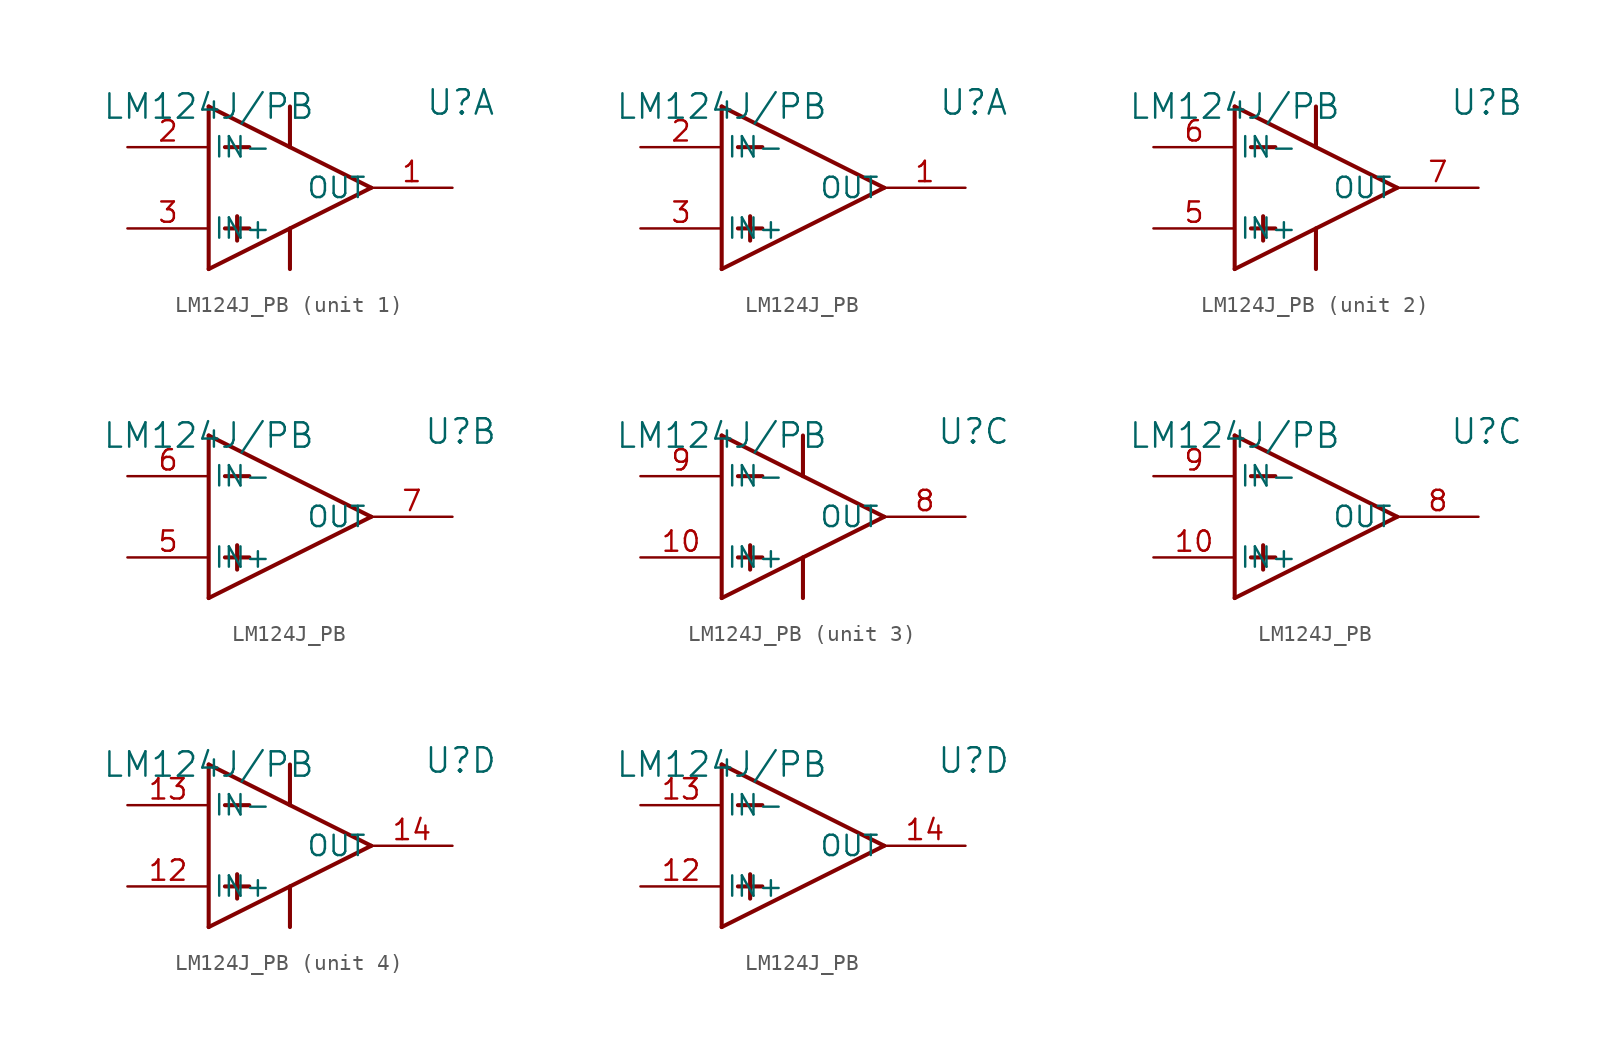
<source format=kicad_sym>
(kicad_symbol_lib
  (version 20211014)
  (generator kicad_symbol_editor)
  (symbol "LM124J_PB"
    (pin_names
      (offset 0.254))
    (property "Reference" "U"
      (at 15.748 0.254 0)
      (effects (font (size 1.524 1.524))))
    (property "Value" "LM124J/PB"
      (at 0 0 0)
      (effects (font (size 1.524 1.524))))
    (symbol "LM124J_PB_1_1"
      (polyline (pts (xy 0 0) (xy 10.16 -5.08)) (stroke (width 0.254) (type default) (color 0 0 0 0)) (fill (type none)))
      (polyline (pts (xy 0 -10.16) (xy 10.16 -5.08)) (stroke (width 0.254) (type default) (color 0 0 0 0)) (fill (type none)))
      (polyline (pts (xy 0 0) (xy 0 -10.16)) (stroke (width 0.254) (type default) (color 0 0 0 0)) (fill (type none)))
      (polyline (pts (xy 1.016 -2.54) (xy 2.54 -2.54)) (stroke (width 0.254) (type default) (color 0 0 0 0)) (fill (type none)))
      (polyline (pts (xy 1.016 -7.62) (xy 2.54 -7.62)) (stroke (width 0.254) (type default) (color 0 0 0 0)) (fill (type none)))
      (polyline (pts (xy 1.778 -6.858) (xy 1.778 -8.382)) (stroke (width 0.254) (type default) (color 0 0 0 0)) (fill (type none)))
      (polyline (pts (xy 5.08 0) (xy 5.08 -2.54)) (stroke (width 0.254) (type default) (color 0 0 0 0)) (fill (type none)))
      (polyline (pts (xy 5.08 -7.62) (xy 5.08 -10.16)) (stroke (width 0.254) (type default) (color 0 0 0 0)) (fill (type none)))
      (pin input line (at -5.08 -2.54 0) (length 5.08) (name "IN-" (effects (font (size 1.27 1.27)))) (number "2" (effects (font (size 1.27 1.27)))))
      (pin input line (at -5.08 -7.62 0) (length 5.08) (name "IN+" (effects (font (size 1.27 1.27)))) (number "3" (effects (font (size 1.27 1.27)))))
      (pin output line (at 15.24 -5.08 180) (length 5.08) (name "OUT" (effects (font (size 1.27 1.27)))) (number "1" (effects (font (size 1.27 1.27))))))
    (symbol "LM124J_PB_1_2"
      (polyline (pts (xy 0 0) (xy 10.16 -5.08)) (stroke (width 0.254) (type default) (color 0 0 0 0)) (fill (type none)))
      (polyline (pts (xy 0 -10.16) (xy 10.16 -5.08)) (stroke (width 0.254) (type default) (color 0 0 0 0)) (fill (type none)))
      (polyline (pts (xy 0 0) (xy 0 -10.16)) (stroke (width 0.254) (type default) (color 0 0 0 0)) (fill (type none)))
      (polyline (pts (xy 1.016 -2.54) (xy 2.54 -2.54)) (stroke (width 0.254) (type default) (color 0 0 0 0)) (fill (type none)))
      (polyline (pts (xy 1.016 -7.62) (xy 2.54 -7.62)) (stroke (width 0.254) (type default) (color 0 0 0 0)) (fill (type none)))
      (polyline (pts (xy 1.778 -6.858) (xy 1.778 -8.382)) (stroke (width 0.254) (type default) (color 0 0 0 0)) (fill (type none)))
      (pin input line (at -5.08 -2.54 0) (length 5.08) (name "IN-" (effects (font (size 1.27 1.27)))) (number "2" (effects (font (size 1.27 1.27)))))
      (pin input line (at -5.08 -7.62 0) (length 5.08) (name "IN+" (effects (font (size 1.27 1.27)))) (number "3" (effects (font (size 1.27 1.27)))))
      (pin output line (at 15.24 -5.08 180) (length 5.08) (name "OUT" (effects (font (size 1.27 1.27)))) (number "1" (effects (font (size 1.27 1.27))))))
    (symbol "LM124J_PB_2_1"
      (polyline (pts (xy 0 0) (xy 10.16 -5.08)) (stroke (width 0.254) (type default) (color 0 0 0 0)) (fill (type none)))
      (polyline (pts (xy 0 -10.16) (xy 10.16 -5.08)) (stroke (width 0.254) (type default) (color 0 0 0 0)) (fill (type none)))
      (polyline (pts (xy 0 0) (xy 0 -10.16)) (stroke (width 0.254) (type default) (color 0 0 0 0)) (fill (type none)))
      (polyline (pts (xy 1.016 -2.54) (xy 2.54 -2.54)) (stroke (width 0.254) (type default) (color 0 0 0 0)) (fill (type none)))
      (polyline (pts (xy 1.016 -7.62) (xy 2.54 -7.62)) (stroke (width 0.254) (type default) (color 0 0 0 0)) (fill (type none)))
      (polyline (pts (xy 1.778 -6.858) (xy 1.778 -8.382)) (stroke (width 0.254) (type default) (color 0 0 0 0)) (fill (type none)))
      (polyline (pts (xy 5.08 0) (xy 5.08 -2.54)) (stroke (width 0.254) (type default) (color 0 0 0 0)) (fill (type none)))
      (polyline (pts (xy 5.08 -7.62) (xy 5.08 -10.16)) (stroke (width 0.254) (type default) (color 0 0 0 0)) (fill (type none)))
      (pin input line (at -5.08 -7.62 0) (length 5.08) (name "IN+" (effects (font (size 1.27 1.27)))) (number "5" (effects (font (size 1.27 1.27)))))
      (pin input line (at -5.08 -2.54 0) (length 5.08) (name "IN-" (effects (font (size 1.27 1.27)))) (number "6" (effects (font (size 1.27 1.27)))))
      (pin output line (at 15.24 -5.08 180) (length 5.08) (name "OUT" (effects (font (size 1.27 1.27)))) (number "7" (effects (font (size 1.27 1.27))))))
    (symbol "LM124J_PB_2_2"
      (polyline (pts (xy 0 0) (xy 10.16 -5.08)) (stroke (width 0.254) (type default) (color 0 0 0 0)) (fill (type none)))
      (polyline (pts (xy 0 -10.16) (xy 10.16 -5.08)) (stroke (width 0.254) (type default) (color 0 0 0 0)) (fill (type none)))
      (polyline (pts (xy 0 0) (xy 0 -10.16)) (stroke (width 0.254) (type default) (color 0 0 0 0)) (fill (type none)))
      (polyline (pts (xy 1.016 -2.54) (xy 2.54 -2.54)) (stroke (width 0.254) (type default) (color 0 0 0 0)) (fill (type none)))
      (polyline (pts (xy 1.016 -7.62) (xy 2.54 -7.62)) (stroke (width 0.254) (type default) (color 0 0 0 0)) (fill (type none)))
      (polyline (pts (xy 1.778 -6.858) (xy 1.778 -8.382)) (stroke (width 0.254) (type default) (color 0 0 0 0)) (fill (type none)))
      (pin input line (at -5.08 -7.62 0) (length 5.08) (name "IN+" (effects (font (size 1.27 1.27)))) (number "5" (effects (font (size 1.27 1.27)))))
      (pin input line (at -5.08 -2.54 0) (length 5.08) (name "IN-" (effects (font (size 1.27 1.27)))) (number "6" (effects (font (size 1.27 1.27)))))
      (pin output line (at 15.24 -5.08 180) (length 5.08) (name "OUT" (effects (font (size 1.27 1.27)))) (number "7" (effects (font (size 1.27 1.27))))))
    (symbol "LM124J_PB_3_1"
      (polyline (pts (xy 0 0) (xy 10.16 -5.08)) (stroke (width 0.254) (type default) (color 0 0 0 0)) (fill (type none)))
      (polyline (pts (xy 0 -10.16) (xy 10.16 -5.08)) (stroke (width 0.254) (type default) (color 0 0 0 0)) (fill (type none)))
      (polyline (pts (xy 0 0) (xy 0 -10.16)) (stroke (width 0.254) (type default) (color 0 0 0 0)) (fill (type none)))
      (polyline (pts (xy 1.016 -2.54) (xy 2.54 -2.54)) (stroke (width 0.254) (type default) (color 0 0 0 0)) (fill (type none)))
      (polyline (pts (xy 1.016 -7.62) (xy 2.54 -7.62)) (stroke (width 0.254) (type default) (color 0 0 0 0)) (fill (type none)))
      (polyline (pts (xy 1.778 -6.858) (xy 1.778 -8.382)) (stroke (width 0.254) (type default) (color 0 0 0 0)) (fill (type none)))
      (polyline (pts (xy 5.08 0) (xy 5.08 -2.54)) (stroke (width 0.254) (type default) (color 0 0 0 0)) (fill (type none)))
      (polyline (pts (xy 5.08 -7.62) (xy 5.08 -10.16)) (stroke (width 0.254) (type default) (color 0 0 0 0)) (fill (type none)))
      (pin output line (at 15.24 -5.08 180) (length 5.08) (name "OUT" (effects (font (size 1.27 1.27)))) (number "8" (effects (font (size 1.27 1.27)))))
      (pin input line (at -5.08 -7.62 0) (length 5.08) (name "IN+" (effects (font (size 1.27 1.27)))) (number "10" (effects (font (size 1.27 1.27)))))
      (pin input line (at -5.08 -2.54 0) (length 5.08) (name "IN-" (effects (font (size 1.27 1.27)))) (number "9" (effects (font (size 1.27 1.27))))))
    (symbol "LM124J_PB_3_2"
      (polyline (pts (xy 0 0) (xy 10.16 -5.08)) (stroke (width 0.254) (type default) (color 0 0 0 0)) (fill (type none)))
      (polyline (pts (xy 0 -10.16) (xy 10.16 -5.08)) (stroke (width 0.254) (type default) (color 0 0 0 0)) (fill (type none)))
      (polyline (pts (xy 0 0) (xy 0 -10.16)) (stroke (width 0.254) (type default) (color 0 0 0 0)) (fill (type none)))
      (polyline (pts (xy 1.016 -2.54) (xy 2.54 -2.54)) (stroke (width 0.254) (type default) (color 0 0 0 0)) (fill (type none)))
      (polyline (pts (xy 1.016 -7.62) (xy 2.54 -7.62)) (stroke (width 0.254) (type default) (color 0 0 0 0)) (fill (type none)))
      (polyline (pts (xy 1.778 -6.858) (xy 1.778 -8.382)) (stroke (width 0.254) (type default) (color 0 0 0 0)) (fill (type none)))
      (pin output line (at 15.24 -5.08 180) (length 5.08) (name "OUT" (effects (font (size 1.27 1.27)))) (number "8" (effects (font (size 1.27 1.27)))))
      (pin input line (at -5.08 -7.62 0) (length 5.08) (name "IN+" (effects (font (size 1.27 1.27)))) (number "10" (effects (font (size 1.27 1.27)))))
      (pin input line (at -5.08 -2.54 0) (length 5.08) (name "IN-" (effects (font (size 1.27 1.27)))) (number "9" (effects (font (size 1.27 1.27))))))
    (symbol "LM124J_PB_4_1"
      (polyline (pts (xy 0 0) (xy 10.16 -5.08)) (stroke (width 0.254) (type default) (color 0 0 0 0)) (fill (type none)))
      (polyline (pts (xy 0 -10.16) (xy 10.16 -5.08)) (stroke (width 0.254) (type default) (color 0 0 0 0)) (fill (type none)))
      (polyline (pts (xy 0 0) (xy 0 -10.16)) (stroke (width 0.254) (type default) (color 0 0 0 0)) (fill (type none)))
      (polyline (pts (xy 1.016 -2.54) (xy 2.54 -2.54)) (stroke (width 0.254) (type default) (color 0 0 0 0)) (fill (type none)))
      (polyline (pts (xy 1.016 -7.62) (xy 2.54 -7.62)) (stroke (width 0.254) (type default) (color 0 0 0 0)) (fill (type none)))
      (polyline (pts (xy 1.778 -6.858) (xy 1.778 -8.382)) (stroke (width 0.254) (type default) (color 0 0 0 0)) (fill (type none)))
      (polyline (pts (xy 5.08 0) (xy 5.08 -2.54)) (stroke (width 0.254) (type default) (color 0 0 0 0)) (fill (type none)))
      (polyline (pts (xy 5.08 -7.62) (xy 5.08 -10.16)) (stroke (width 0.254) (type default) (color 0 0 0 0)) (fill (type none)))
      (pin output line (at 15.24 -5.08 180) (length 5.08) (name "OUT" (effects (font (size 1.27 1.27)))) (number "14" (effects (font (size 1.27 1.27)))))
      (pin input line (at -5.08 -7.62 0) (length 5.08) (name "IN+" (effects (font (size 1.27 1.27)))) (number "12" (effects (font (size 1.27 1.27)))))
      (pin input line (at -5.08 -2.54 0) (length 5.08) (name "IN-" (effects (font (size 1.27 1.27)))) (number "13" (effects (font (size 1.27 1.27))))))
    (symbol "LM124J_PB_4_2"
      (polyline (pts (xy 0 0) (xy 10.16 -5.08)) (stroke (width 0.254) (type default) (color 0 0 0 0)) (fill (type none)))
      (polyline (pts (xy 0 -10.16) (xy 10.16 -5.08)) (stroke (width 0.254) (type default) (color 0 0 0 0)) (fill (type none)))
      (polyline (pts (xy 0 0) (xy 0 -10.16)) (stroke (width 0.254) (type default) (color 0 0 0 0)) (fill (type none)))
      (polyline (pts (xy 1.016 -2.54) (xy 2.54 -2.54)) (stroke (width 0.254) (type default) (color 0 0 0 0)) (fill (type none)))
      (polyline (pts (xy 1.016 -7.62) (xy 2.54 -7.62)) (stroke (width 0.254) (type default) (color 0 0 0 0)) (fill (type none)))
      (polyline (pts (xy 1.778 -6.858) (xy 1.778 -8.382)) (stroke (width 0.254) (type default) (color 0 0 0 0)) (fill (type none)))
      (pin output line (at 15.24 -5.08 180) (length 5.08) (name "OUT" (effects (font (size 1.27 1.27)))) (number "14" (effects (font (size 1.27 1.27)))))
      (pin input line (at -5.08 -7.62 0) (length 5.08) (name "IN+" (effects (font (size 1.27 1.27)))) (number "12" (effects (font (size 1.27 1.27)))))
      (pin input line (at -5.08 -2.54 0) (length 5.08) (name "IN-" (effects (font (size 1.27 1.27)))) (number "13" (effects (font (size 1.27 1.27))))))))
</source>
